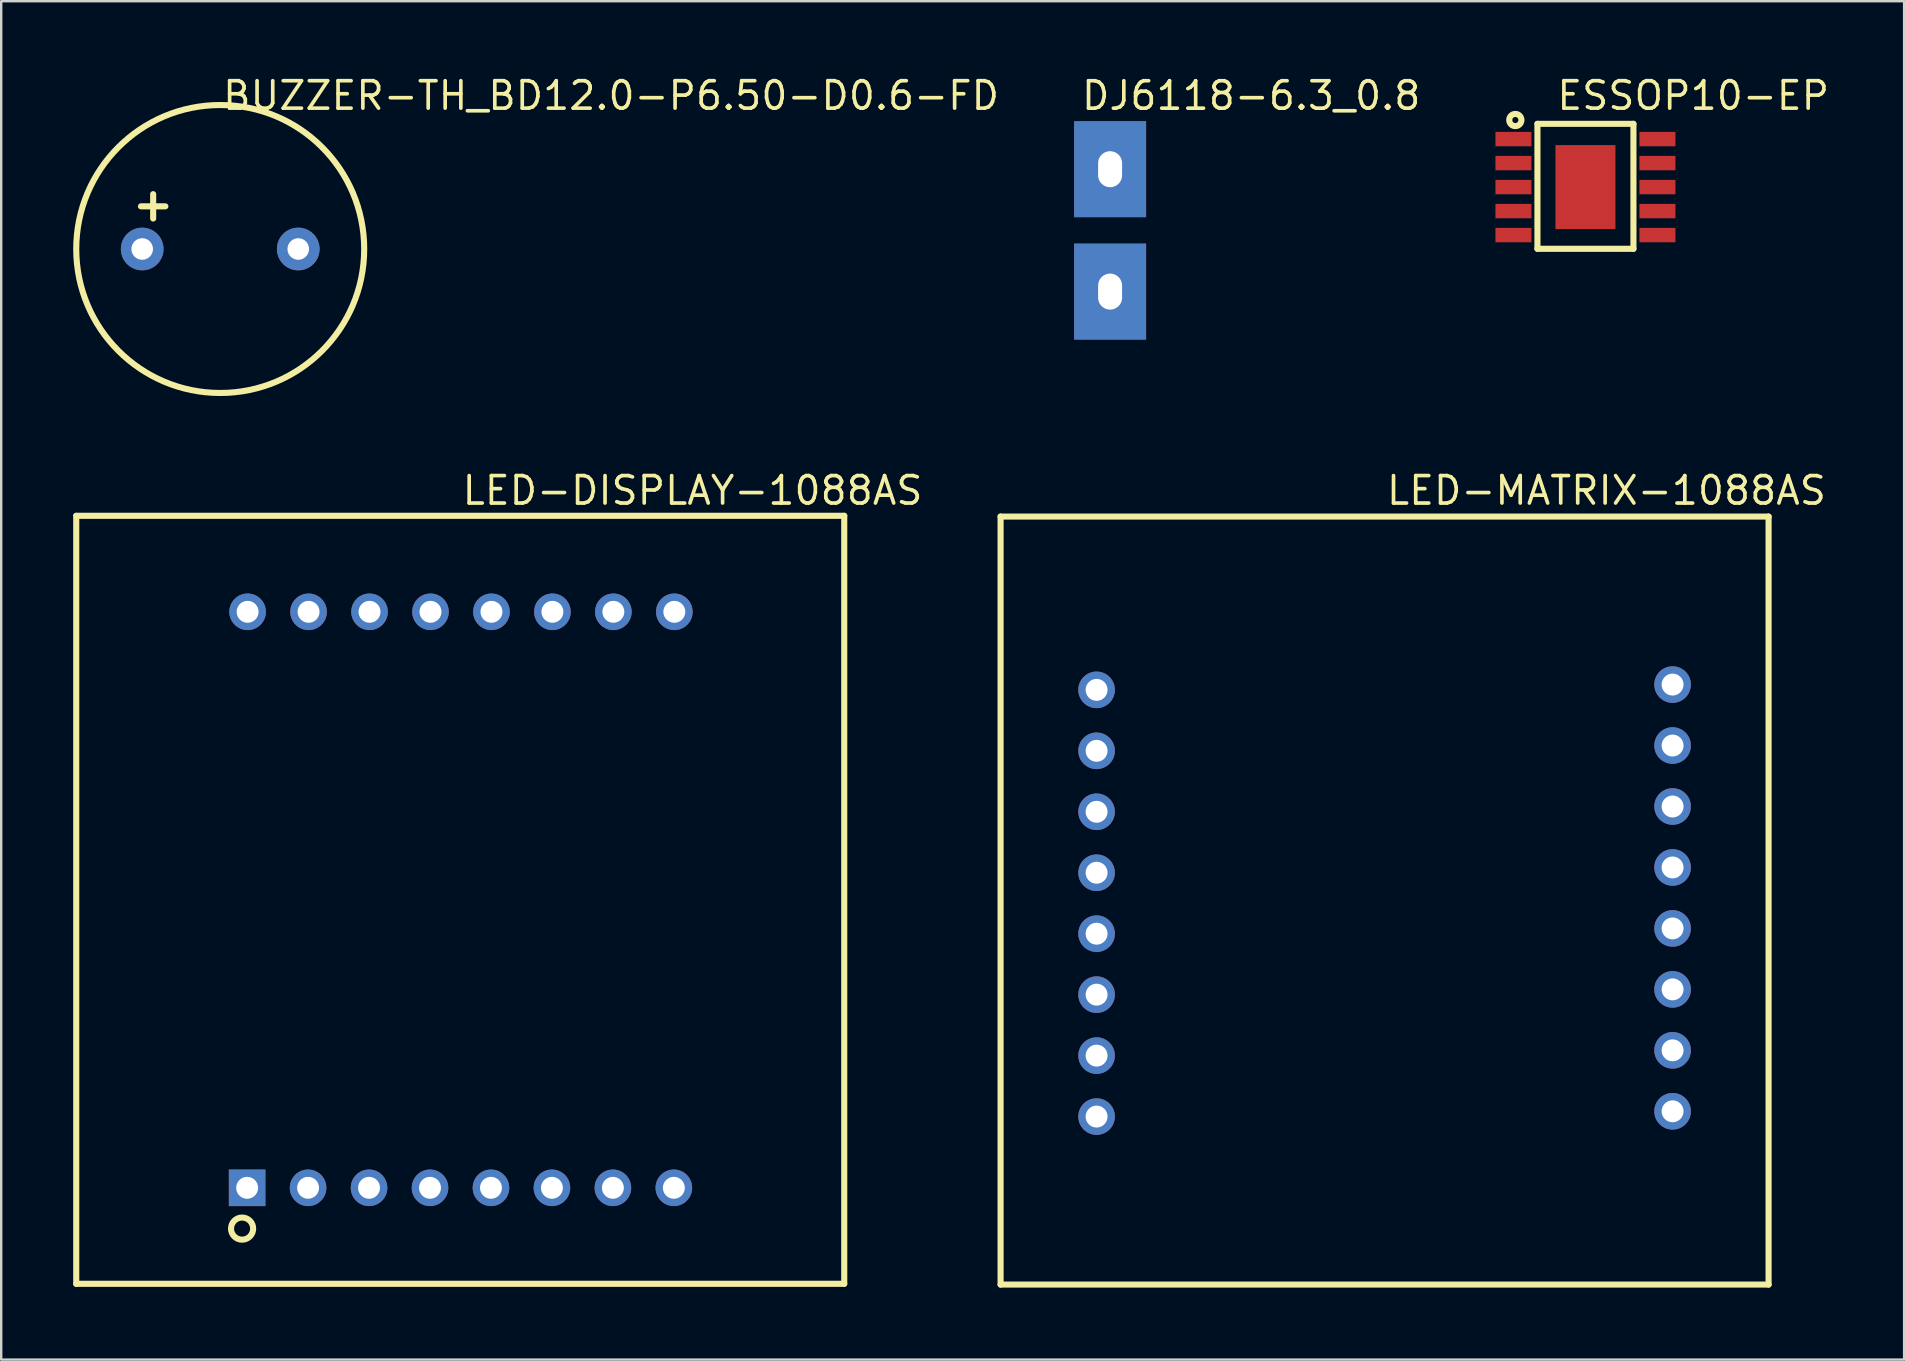
<source format=kicad_pcb>
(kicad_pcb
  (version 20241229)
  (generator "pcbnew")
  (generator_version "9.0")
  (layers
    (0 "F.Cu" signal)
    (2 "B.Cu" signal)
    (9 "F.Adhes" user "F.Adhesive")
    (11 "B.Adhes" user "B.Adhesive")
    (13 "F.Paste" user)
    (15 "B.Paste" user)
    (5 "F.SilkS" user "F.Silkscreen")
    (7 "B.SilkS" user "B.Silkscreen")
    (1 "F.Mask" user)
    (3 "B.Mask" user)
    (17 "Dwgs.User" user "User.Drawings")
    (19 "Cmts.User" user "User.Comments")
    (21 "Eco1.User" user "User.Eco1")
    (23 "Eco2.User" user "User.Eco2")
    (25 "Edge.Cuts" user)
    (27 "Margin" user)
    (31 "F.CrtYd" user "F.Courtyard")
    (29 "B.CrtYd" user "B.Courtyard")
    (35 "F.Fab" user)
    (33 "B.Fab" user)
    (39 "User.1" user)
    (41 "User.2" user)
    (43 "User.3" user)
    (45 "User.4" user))
  (footprint "LED-MATRIX-1088AS"
    (layer "F.Cu")
    (at 54.641 36.474)
    (property "Reference" "LED-MATRIX-1088AS" (at 0 -19.086 0) (layer "F.SilkS") (effects (font (size 1.143 1.143) (thickness 0.152)) (justify left)))
    (attr through_hole)
    (fp_line (start -16 -18) (end 16 -18) (stroke (width 0.254) (type solid)) (layer "F.SilkS"))
    (fp_line (start -16 14) (end -16 -18) (stroke (width 0.254) (type solid)) (layer "F.SilkS"))
    (fp_line (start 16 -18) (end 16 14) (stroke (width 0.254) (type solid)) (layer "F.SilkS"))
    (fp_line (start 16 14) (end -16 14) (stroke (width 0.254) (type solid)) (layer "F.SilkS"))
    (pad "1" thru_hole circle (at -12 -10.78) (size 1.524 1.524) (drill 0.914) (layers "*.Cu" "*.Mask"))
    (pad "2" thru_hole circle (at -12 -8.24) (size 1.524 1.524) (drill 0.914) (layers "*.Cu" "*.Mask"))
    (pad "3" thru_hole circle (at -12 -5.7) (size 1.524 1.524) (drill 0.914) (layers "*.Cu" "*.Mask"))
    (pad "4" thru_hole circle (at -12 -3.16) (size 1.524 1.524) (drill 0.914) (layers "*.Cu" "*.Mask"))
    (pad "5" thru_hole circle (at -12 -0.62) (size 1.524 1.524) (drill 0.914) (layers "*.Cu" "*.Mask"))
    (pad "6" thru_hole circle (at -12 1.92) (size 1.524 1.524) (drill 0.914) (layers "*.Cu" "*.Mask"))
    (pad "7" thru_hole circle (at -12 4.46) (size 1.524 1.524) (drill 0.914) (layers "*.Cu" "*.Mask"))
    (pad "8" thru_hole circle (at -12 7) (size 1.524 1.524) (drill 0.914) (layers "*.Cu" "*.Mask"))
    (pad "9" thru_hole circle (at 12 6.78) (size 1.524 1.524) (drill 0.914) (layers "*.Cu" "*.Mask"))
    (pad "10" thru_hole circle (at 12 4.24) (size 1.524 1.524) (drill 0.914) (layers "*.Cu" "*.Mask"))
    (pad "11" thru_hole circle (at 12 1.7) (size 1.524 1.524) (drill 0.914) (layers "*.Cu" "*.Mask"))
    (pad "12" thru_hole circle (at 12 -0.84) (size 1.524 1.524) (drill 0.914) (layers "*.Cu" "*.Mask"))
    (pad "13" thru_hole circle (at 12 -3.38) (size 1.524 1.524) (drill 0.914) (layers "*.Cu" "*.Mask"))
    (pad "14" thru_hole circle (at 12 -5.92) (size 1.524 1.524) (drill 0.914) (layers "*.Cu" "*.Mask"))
    (pad "15" thru_hole circle (at 12 -8.46) (size 1.524 1.524) (drill 0.914) (layers "*.Cu" "*.Mask"))
    (pad "16" thru_hole circle (at 12 -11) (size 1.524 1.524) (drill 0.914) (layers "*.Cu" "*.Mask")))
  (footprint "BUZZER-TH_BD12.0-P6.50-D0.6-FD"
    (layer "F.Cu")
    (at 6.126 7.325)
    (property "Reference" "BUZZER-TH_BD12.0-P6.50-D0.6-FD" (at 0.02 -6.39 0) (layer "F.SilkS") (effects (font (size 1.143 1.143) (thickness 0.152)) (justify left)))
    (attr through_hole)
    (fp_line (start -3.302 -1.778) (end -2.286 -1.778) (stroke (width 0.254) (type solid)) (layer "F.SilkS"))
    (fp_line (start -2.794 -2.286) (end -2.794 -1.27) (stroke (width 0.254) (type solid)) (layer "F.SilkS"))
    (fp_circle (center 0 0) (end 5.999 0) (stroke (width 0.254) (type solid)) (fill no) (layer "F.SilkS"))
    (pad "1" thru_hole circle (at -3.251 0) (size 1.778 1.778) (drill 0.899) (layers "*.Cu" "*.Paste" "*.Mask"))
    (pad "2" thru_hole circle (at 3.251 0) (size 1.778 1.778) (drill 0.899) (layers "*.Cu" "*.Paste" "*.Mask")))
  (footprint "DJ6118-6.3_0.8"
    (layer "F.Cu")
    (at 43.204 6.56)
    (property "Reference" "DJ6118-6.3_0.8" (at -1.27 -5.624 0) (layer "F.SilkS") (effects (font (size 1.143 1.143) (thickness 0.152)) (justify left)))
    (attr through_hole)
    (pad "1" thru_hole rect (at 0 -2.56 90) (size 4 3) (drill oval 1.5 1) (layers "*.Cu" "*.Mask"))
    (pad "1" thru_hole rect (at 0 2.54 90) (size 4 3) (drill oval 1.5 1) (layers "*.Cu" "*.Mask")))
  (footprint "ESSOP10-EP"
    (layer "F.Cu")
    (at 63.01 4.745)
    (property "Reference" "ESSOP10-EP" (at -1.27 -3.81 0) (layer "F.SilkS") (effects (font (size 1.143 1.143) (thickness 0.152)) (justify left)))
    (attr smd)
    (fp_line (start -2 -2.635) (end 2 -2.635) (stroke (width 0.254) (type solid)) (layer "F.SilkS"))
    (fp_line (start -2 2.572) (end -2 -2.635) (stroke (width 0.254) (type solid)) (layer "F.SilkS"))
    (fp_line (start 2 -2.635) (end 2 2.572) (stroke (width 0.254) (type solid)) (layer "F.SilkS"))
    (fp_line (start 2 2.572) (end -2 2.572) (stroke (width 0.254) (type solid)) (layer "F.SilkS"))
    (fp_circle (center -2.921 -2.794) (end -2.667 -2.794) (stroke (width 0.254) (type solid)) (fill no) (layer "F.SilkS"))
    (pad "0" smd rect (at 0 0) (size 2.5 3.5) (layers "F.Cu" "F.Mask" "F.Paste"))
    (pad "1" smd rect (at -3 -2) (size 1.5 0.6) (layers "F.Cu" "F.Mask" "F.Paste"))
    (pad "2" smd rect (at -3 -1) (size 1.5 0.6) (layers "F.Cu" "F.Mask" "F.Paste"))
    (pad "3" smd rect (at -3 0) (size 1.5 0.6) (layers "F.Cu" "F.Mask" "F.Paste"))
    (pad "4" smd rect (at -3 1) (size 1.5 0.6) (layers "F.Cu" "F.Mask" "F.Paste"))
    (pad "5" smd rect (at -3 2) (size 1.5 0.6) (layers "F.Cu" "F.Mask" "F.Paste"))
    (pad "6" smd rect (at 3 2) (size 1.5 0.6) (layers "F.Cu" "F.Mask" "F.Paste"))
    (pad "7" smd rect (at 3 1) (size 1.5 0.6) (layers "F.Cu" "F.Mask" "F.Paste"))
    (pad "8" smd rect (at 3 0) (size 1.5 0.6) (layers "F.Cu" "F.Mask" "F.Paste"))
    (pad "9" smd rect (at 3 -1) (size 1.5 0.6) (layers "F.Cu" "F.Mask" "F.Paste"))
    (pad "10" smd rect (at 3 -2) (size 1.5 0.6) (layers "F.Cu" "F.Mask" "F.Paste")))
  (footprint "LED-DISPLAY-1088AS"
    (layer "F.Cu")
    (at 16.127 34.442)
    (property "Reference" "LED-DISPLAY-1088AS" (at 0 -17.054 0) (layer "F.SilkS") (effects (font (size 1.143 1.143) (thickness 0.152)) (justify left)))
    (attr through_hole)
    (fp_line (start -16 -16) (end -16 16) (stroke (width 0.254) (type solid)) (layer "F.SilkS"))
    (fp_line (start -16 16) (end 16 16) (stroke (width 0.254) (type solid)) (layer "F.SilkS"))
    (fp_line (start 16 -16) (end -16 -16) (stroke (width 0.254) (type solid)) (layer "F.SilkS"))
    (fp_line (start 16 16) (end 16 -16) (stroke (width 0.254) (type solid)) (layer "F.SilkS"))
    (fp_circle (center -9.09 13.7) (end -9.09 14.161) (stroke (width 0.254) (type solid)) (fill no) (layer "F.SilkS"))
    (pad "1" thru_hole rect (at -8.88 12) (size 1.524 1.524) (drill 0.914) (layers "*.Cu" "*.Mask"))
    (pad "2" thru_hole circle (at -6.34 12) (size 1.524 1.524) (drill 0.914) (layers "*.Cu" "*.Mask"))
    (pad "3" thru_hole circle (at -3.8 12) (size 1.524 1.524) (drill 0.914) (layers "*.Cu" "*.Mask"))
    (pad "4" thru_hole circle (at -1.26 12) (size 1.524 1.524) (drill 0.914) (layers "*.Cu" "*.Mask"))
    (pad "5" thru_hole circle (at 1.28 12) (size 1.524 1.524) (drill 0.914) (layers "*.Cu" "*.Mask"))
    (pad "6" thru_hole circle (at 3.82 12) (size 1.524 1.524) (drill 0.914) (layers "*.Cu" "*.Mask"))
    (pad "7" thru_hole circle (at 6.36 12) (size 1.524 1.524) (drill 0.914) (layers "*.Cu" "*.Mask"))
    (pad "8" thru_hole circle (at 8.9 12) (size 1.524 1.524) (drill 0.914) (layers "*.Cu" "*.Mask"))
    (pad "9" thru_hole circle (at 8.92 -12) (size 1.524 1.524) (drill 0.914) (layers "*.Cu" "*.Mask"))
    (pad "10" thru_hole circle (at 6.38 -12) (size 1.524 1.524) (drill 0.914) (layers "*.Cu" "*.Mask"))
    (pad "11" thru_hole circle (at 3.84 -12) (size 1.524 1.524) (drill 0.914) (layers "*.Cu" "*.Mask"))
    (pad "12" thru_hole circle (at 1.3 -12) (size 1.524 1.524) (drill 0.914) (layers "*.Cu" "*.Mask"))
    (pad "13" thru_hole circle (at -1.24 -12) (size 1.524 1.524) (drill 0.914) (layers "*.Cu" "*.Mask"))
    (pad "14" thru_hole circle (at -3.78 -12) (size 1.524 1.524) (drill 0.914) (layers "*.Cu" "*.Mask"))
    (pad "15" thru_hole circle (at -6.32 -12) (size 1.524 1.524) (drill 0.914) (layers "*.Cu" "*.Mask"))
    (pad "16" thru_hole circle (at -8.86 -12) (size 1.524 1.524) (drill 0.914) (layers "*.Cu" "*.Mask")))
  (gr_rect
    (start -3 -3)
    (end 76.288 53.601)
    (stroke (width 0.1) (type default))
    (fill no)
    (layer "Edge.Cuts")))
</source>
